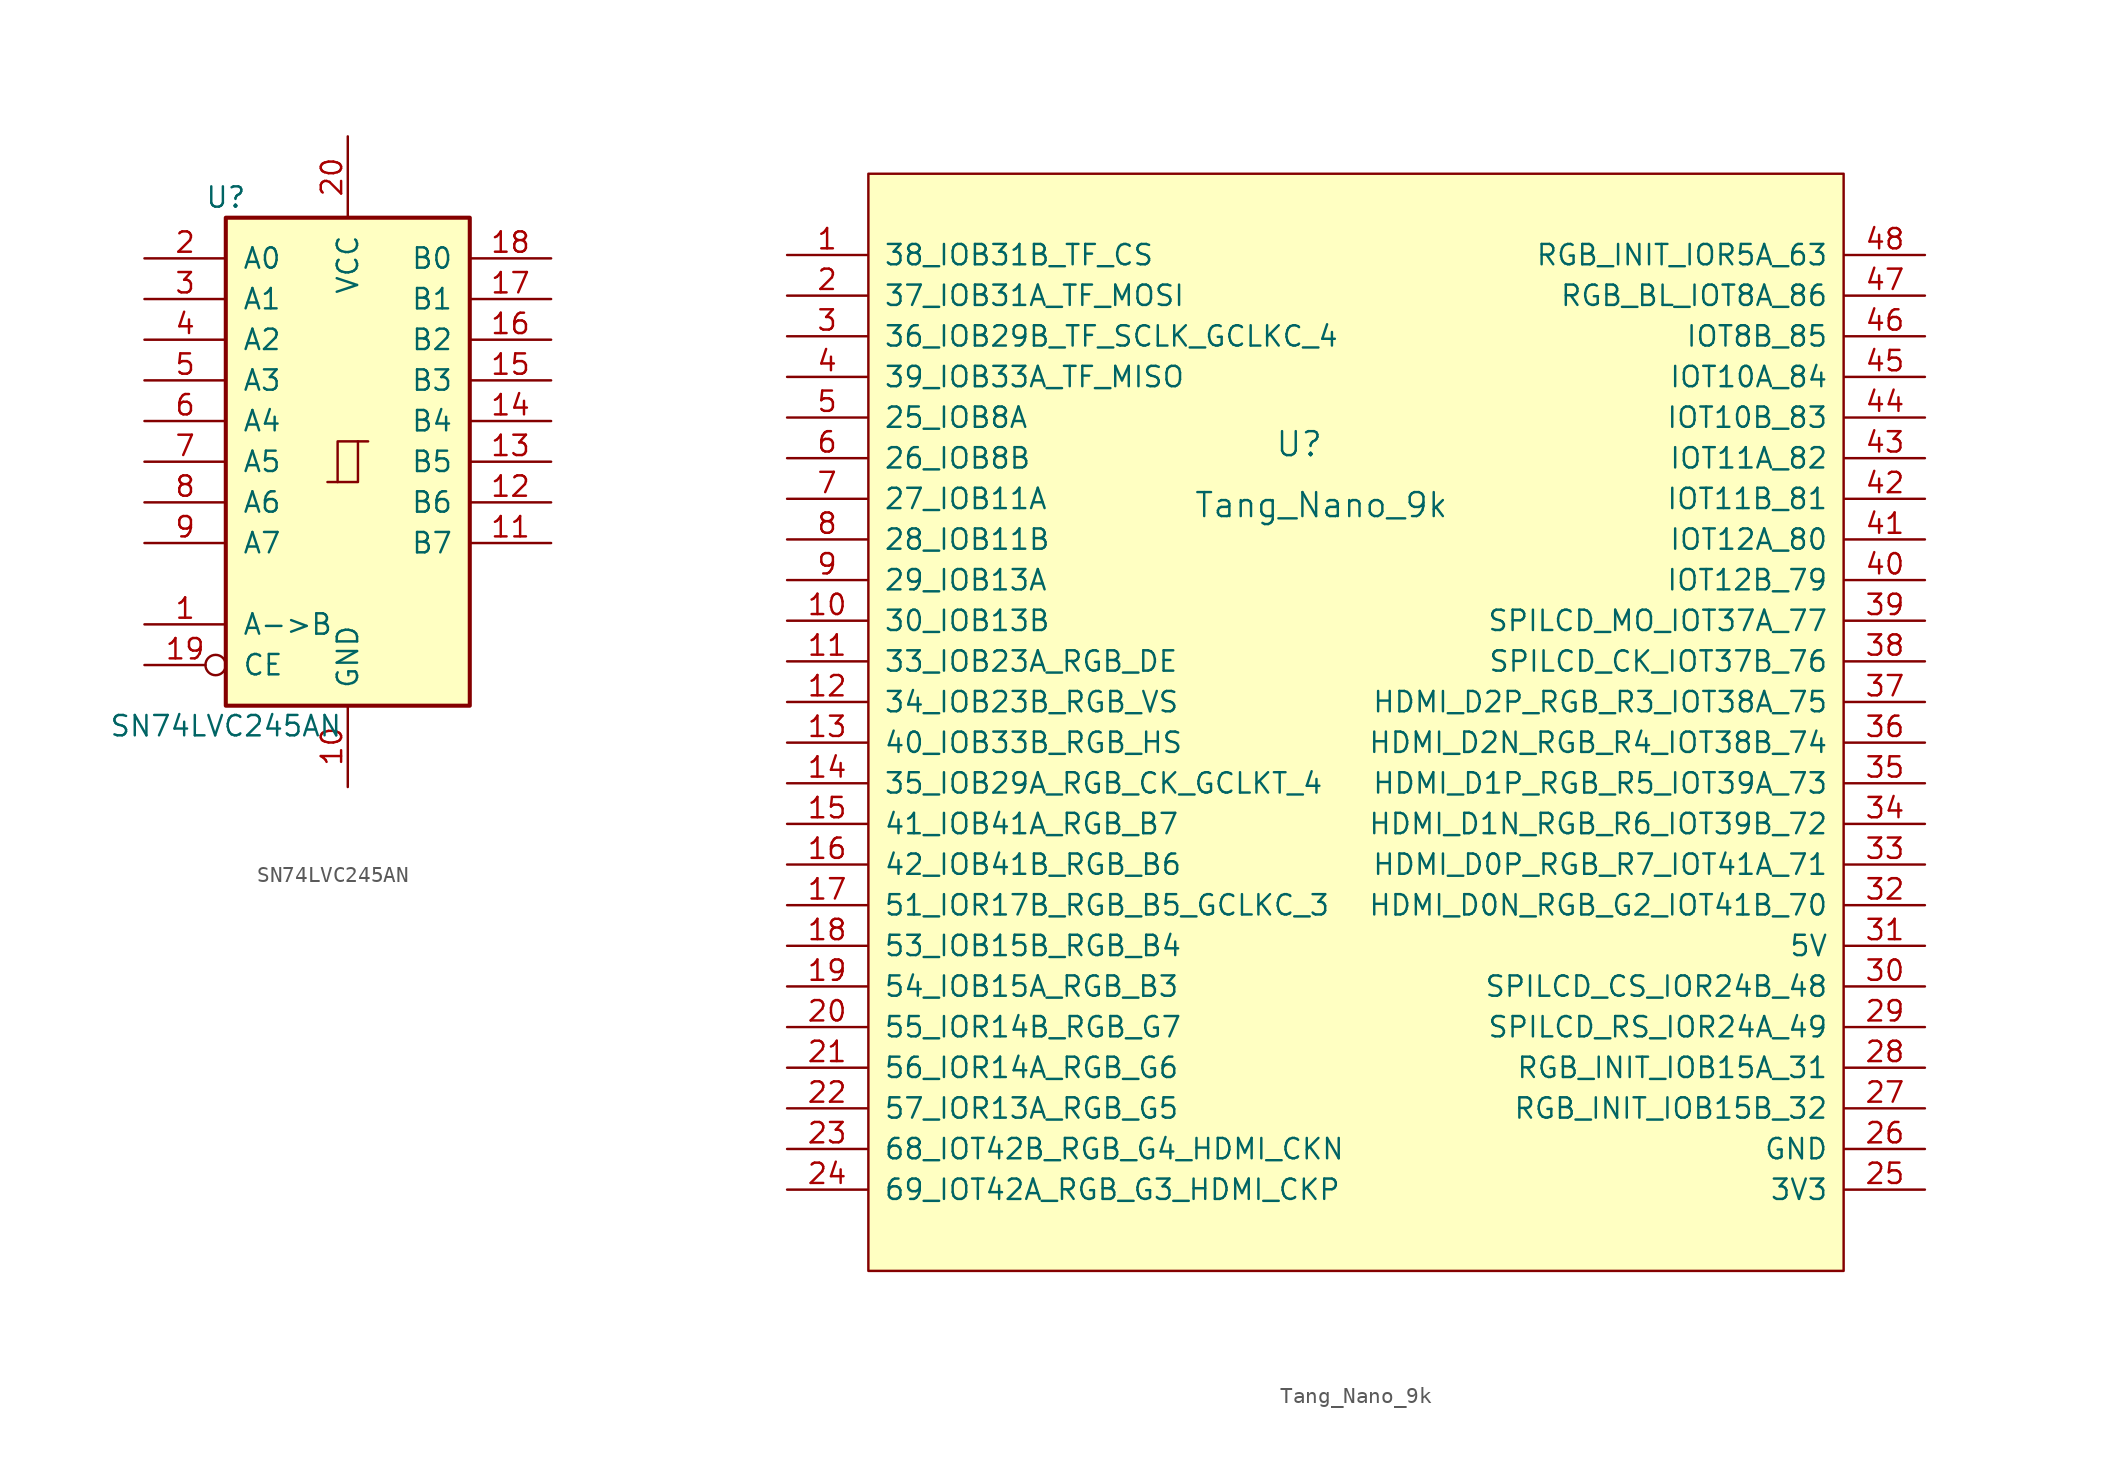
<source format=kicad_sym>
(kicad_symbol_lib
  (version 20211014)
  (generator kicad_symbol_editor)
  (symbol "SN74LVC245AN"
    (pin_names
      (offset 1.016))
    (property "Reference" "U"
      (at -7.62 16.51 0)
      (effects (font (size 1.27 1.27))))
    (property "Value" "SN74LVC245AN"
      (at -7.62 -16.51 0)
      (effects (font (size 1.27 1.27))))
    (symbol "SN74LVC245AN_1_0"
      (polyline (pts (xy -0.635 -1.27) (xy -0.635 1.27) (xy 0.635 1.27)) (stroke (width 0) (type default) (color 0 0 0 0)) (fill (type none)))
      (polyline (pts (xy -1.27 -1.27) (xy 0.635 -1.27) (xy 0.635 1.27) (xy 1.27 1.27)) (stroke (width 0) (type default) (color 0 0 0 0)) (fill (type none)))
      (pin input line (at -12.7 -10.16 0) (length 5.08) (name "A->B" (effects (font (size 1.27 1.27)))) (number "1" (effects (font (size 1.27 1.27)))))
      (pin power_in line (at 0 -20.32 90) (length 5.08) (name "GND" (effects (font (size 1.27 1.27)))) (number "10" (effects (font (size 1.27 1.27)))))
      (pin tri_state line (at 12.7 -5.08 180) (length 5.08) (name "B7" (effects (font (size 1.27 1.27)))) (number "11" (effects (font (size 1.27 1.27)))))
      (pin tri_state line (at 12.7 -2.54 180) (length 5.08) (name "B6" (effects (font (size 1.27 1.27)))) (number "12" (effects (font (size 1.27 1.27)))))
      (pin tri_state line (at 12.7 0 180) (length 5.08) (name "B5" (effects (font (size 1.27 1.27)))) (number "13" (effects (font (size 1.27 1.27)))))
      (pin tri_state line (at 12.7 2.54 180) (length 5.08) (name "B4" (effects (font (size 1.27 1.27)))) (number "14" (effects (font (size 1.27 1.27)))))
      (pin tri_state line (at 12.7 5.08 180) (length 5.08) (name "B3" (effects (font (size 1.27 1.27)))) (number "15" (effects (font (size 1.27 1.27)))))
      (pin tri_state line (at 12.7 7.62 180) (length 5.08) (name "B2" (effects (font (size 1.27 1.27)))) (number "16" (effects (font (size 1.27 1.27)))))
      (pin tri_state line (at 12.7 10.16 180) (length 5.08) (name "B1" (effects (font (size 1.27 1.27)))) (number "17" (effects (font (size 1.27 1.27)))))
      (pin tri_state line (at 12.7 12.7 180) (length 5.08) (name "B0" (effects (font (size 1.27 1.27)))) (number "18" (effects (font (size 1.27 1.27)))))
      (pin input inverted (at -12.7 -12.7 0) (length 5.08) (name "CE" (effects (font (size 1.27 1.27)))) (number "19" (effects (font (size 1.27 1.27)))))
      (pin tri_state line (at -12.7 12.7 0) (length 5.08) (name "A0" (effects (font (size 1.27 1.27)))) (number "2" (effects (font (size 1.27 1.27)))))
      (pin power_in line (at 0 20.32 270) (length 5.08) (name "VCC" (effects (font (size 1.27 1.27)))) (number "20" (effects (font (size 1.27 1.27)))))
      (pin tri_state line (at -12.7 10.16 0) (length 5.08) (name "A1" (effects (font (size 1.27 1.27)))) (number "3" (effects (font (size 1.27 1.27)))))
      (pin tri_state line (at -12.7 7.62 0) (length 5.08) (name "A2" (effects (font (size 1.27 1.27)))) (number "4" (effects (font (size 1.27 1.27)))))
      (pin tri_state line (at -12.7 5.08 0) (length 5.08) (name "A3" (effects (font (size 1.27 1.27)))) (number "5" (effects (font (size 1.27 1.27)))))
      (pin tri_state line (at -12.7 2.54 0) (length 5.08) (name "A4" (effects (font (size 1.27 1.27)))) (number "6" (effects (font (size 1.27 1.27)))))
      (pin tri_state line (at -12.7 0 0) (length 5.08) (name "A5" (effects (font (size 1.27 1.27)))) (number "7" (effects (font (size 1.27 1.27)))))
      (pin tri_state line (at -12.7 -2.54 0) (length 5.08) (name "A6" (effects (font (size 1.27 1.27)))) (number "8" (effects (font (size 1.27 1.27)))))
      (pin tri_state line (at -12.7 -5.08 0) (length 5.08) (name "A7" (effects (font (size 1.27 1.27)))) (number "9" (effects (font (size 1.27 1.27))))))
    (symbol "SN74LVC245AN_1_1"
      (rectangle (start -7.62 15.24) (end 7.62 -15.24) (stroke (width 0.254) (type default) (color 0 0 0 0)) (fill (type background)))))
  (symbol "Tang_Nano_9k"
    (pin_names
      (offset 1.016))
    (property "Reference" "U"
      (at -5.08 15.24 0)
      (effects (font (size 1.499 1.499)) (justify left bottom)))
    (property "Value" "Tang_Nano_9k"
      (at -10.16 11.43 0)
      (effects (font (size 1.499 1.499)) (justify left bottom)))
    (symbol "Tang_Nano_9k_1_0"
      (pin bidirectional line (at -35.56 27.94 0) (length 5) (name "38_IOB31B_TF_CS" (effects (font (size 1.27 1.27)))) (number "1" (effects (font (size 1.27 1.27)))))
      (pin bidirectional line (at -35.56 5.08 0) (length 5) (name "30_IOB13B" (effects (font (size 1.27 1.27)))) (number "10" (effects (font (size 1.27 1.27)))))
      (pin bidirectional line (at -35.56 2.54 0) (length 5) (name "33_IOB23A_RGB_DE" (effects (font (size 1.27 1.27)))) (number "11" (effects (font (size 1.27 1.27)))))
      (pin bidirectional line (at -35.56 0 0) (length 5) (name "34_IOB23B_RGB_VS" (effects (font (size 1.27 1.27)))) (number "12" (effects (font (size 1.27 1.27)))))
      (pin bidirectional line (at -35.56 -2.54 0) (length 5) (name "40_IOB33B_RGB_HS" (effects (font (size 1.27 1.27)))) (number "13" (effects (font (size 1.27 1.27)))))
      (pin bidirectional line (at -35.56 -5.08 0) (length 5) (name "35_IOB29A_RGB_CK_GCLKT_4" (effects (font (size 1.27 1.27)))) (number "14" (effects (font (size 1.27 1.27)))))
      (pin bidirectional line (at -35.56 -7.62 0) (length 5) (name "41_IOB41A_RGB_B7" (effects (font (size 1.27 1.27)))) (number "15" (effects (font (size 1.27 1.27)))))
      (pin bidirectional line (at -35.56 -10.16 0) (length 5) (name "42_IOB41B_RGB_B6" (effects (font (size 1.27 1.27)))) (number "16" (effects (font (size 1.27 1.27)))))
      (pin bidirectional line (at -35.56 -12.7 0) (length 5) (name "51_IOR17B_RGB_B5_GCLKC_3" (effects (font (size 1.27 1.27)))) (number "17" (effects (font (size 1.27 1.27)))))
      (pin bidirectional line (at -35.56 -15.24 0) (length 5) (name "53_IOB15B_RGB_B4" (effects (font (size 1.27 1.27)))) (number "18" (effects (font (size 1.27 1.27)))))
      (pin bidirectional line (at -35.56 -17.78 0) (length 5) (name "54_IOB15A_RGB_B3" (effects (font (size 1.27 1.27)))) (number "19" (effects (font (size 1.27 1.27)))))
      (pin bidirectional line (at -35.56 25.4 0) (length 5) (name "37_IOB31A_TF_MOSI" (effects (font (size 1.27 1.27)))) (number "2" (effects (font (size 1.27 1.27)))))
      (pin bidirectional line (at -35.56 -20.32 0) (length 5) (name "55_IOR14B_RGB_G7" (effects (font (size 1.27 1.27)))) (number "20" (effects (font (size 1.27 1.27)))))
      (pin bidirectional line (at -35.56 -22.86 0) (length 5) (name "56_IOR14A_RGB_G6" (effects (font (size 1.27 1.27)))) (number "21" (effects (font (size 1.27 1.27)))))
      (pin bidirectional line (at -35.56 -25.4 0) (length 5) (name "57_IOR13A_RGB_G5" (effects (font (size 1.27 1.27)))) (number "22" (effects (font (size 1.27 1.27)))))
      (pin bidirectional line (at -35.56 -27.94 0) (length 5) (name "68_IOT42B_RGB_G4_HDMI_CKN" (effects (font (size 1.27 1.27)))) (number "23" (effects (font (size 1.27 1.27)))))
      (pin bidirectional line (at -35.56 -30.48 0) (length 5) (name "69_IOT42A_RGB_G3_HDMI_CKP" (effects (font (size 1.27 1.27)))) (number "24" (effects (font (size 1.27 1.27)))))
      (pin bidirectional line (at 35.56 -30.48 180) (length 5) (name "3V3" (effects (font (size 1.27 1.27)))) (number "25" (effects (font (size 1.27 1.27)))))
      (pin bidirectional line (at 35.56 -27.94 180) (length 5) (name "GND" (effects (font (size 1.27 1.27)))) (number "26" (effects (font (size 1.27 1.27)))))
      (pin bidirectional line (at 35.56 -25.4 180) (length 5) (name "RGB_INIT_IOB15B_32" (effects (font (size 1.27 1.27)))) (number "27" (effects (font (size 1.27 1.27)))))
      (pin bidirectional line (at 35.56 -22.86 180) (length 5) (name "RGB_INIT_IOB15A_31" (effects (font (size 1.27 1.27)))) (number "28" (effects (font (size 1.27 1.27)))))
      (pin bidirectional line (at 35.56 -20.32 180) (length 5) (name "SPILCD_RS_IOR24A_49" (effects (font (size 1.27 1.27)))) (number "29" (effects (font (size 1.27 1.27)))))
      (pin bidirectional line (at -35.56 22.86 0) (length 5) (name "36_IOB29B_TF_SCLK_GCLKC_4" (effects (font (size 1.27 1.27)))) (number "3" (effects (font (size 1.27 1.27)))))
      (pin bidirectional line (at 35.56 -17.78 180) (length 5) (name "SPILCD_CS_IOR24B_48" (effects (font (size 1.27 1.27)))) (number "30" (effects (font (size 1.27 1.27)))))
      (pin bidirectional line (at 35.56 -15.24 180) (length 5) (name "5V" (effects (font (size 1.27 1.27)))) (number "31" (effects (font (size 1.27 1.27)))))
      (pin bidirectional line (at 35.56 -12.7 180) (length 5) (name "HDMI_D0N_RGB_G2_IOT41B_70" (effects (font (size 1.27 1.27)))) (number "32" (effects (font (size 1.27 1.27)))))
      (pin bidirectional line (at 35.56 -10.16 180) (length 5) (name "HDMI_D0P_RGB_R7_IOT41A_71" (effects (font (size 1.27 1.27)))) (number "33" (effects (font (size 1.27 1.27)))))
      (pin bidirectional line (at 35.56 -7.62 180) (length 5) (name "HDMI_D1N_RGB_R6_IOT39B_72" (effects (font (size 1.27 1.27)))) (number "34" (effects (font (size 1.27 1.27)))))
      (pin bidirectional line (at 35.56 -5.08 180) (length 5) (name "HDMI_D1P_RGB_R5_IOT39A_73" (effects (font (size 1.27 1.27)))) (number "35" (effects (font (size 1.27 1.27)))))
      (pin bidirectional line (at 35.56 -2.54 180) (length 5) (name "HDMI_D2N_RGB_R4_IOT38B_74" (effects (font (size 1.27 1.27)))) (number "36" (effects (font (size 1.27 1.27)))))
      (pin bidirectional line (at 35.56 0 180) (length 5) (name "HDMI_D2P_RGB_R3_IOT38A_75" (effects (font (size 1.27 1.27)))) (number "37" (effects (font (size 1.27 1.27)))))
      (pin bidirectional line (at 35.56 2.54 180) (length 5) (name "SPILCD_CK_IOT37B_76" (effects (font (size 1.27 1.27)))) (number "38" (effects (font (size 1.27 1.27)))))
      (pin bidirectional line (at 35.56 5.08 180) (length 5) (name "SPILCD_MO_IOT37A_77" (effects (font (size 1.27 1.27)))) (number "39" (effects (font (size 1.27 1.27)))))
      (pin bidirectional line (at -35.56 20.32 0) (length 5) (name "39_IOB33A_TF_MISO" (effects (font (size 1.27 1.27)))) (number "4" (effects (font (size 1.27 1.27)))))
      (pin bidirectional line (at 35.56 7.62 180) (length 5) (name "IOT12B_79" (effects (font (size 1.27 1.27)))) (number "40" (effects (font (size 1.27 1.27)))))
      (pin bidirectional line (at 35.56 10.16 180) (length 5) (name "IOT12A_80" (effects (font (size 1.27 1.27)))) (number "41" (effects (font (size 1.27 1.27)))))
      (pin bidirectional line (at 35.56 12.7 180) (length 5) (name "IOT11B_81" (effects (font (size 1.27 1.27)))) (number "42" (effects (font (size 1.27 1.27)))))
      (pin bidirectional line (at 35.56 15.24 180) (length 5) (name "IOT11A_82" (effects (font (size 1.27 1.27)))) (number "43" (effects (font (size 1.27 1.27)))))
      (pin bidirectional line (at 35.56 17.78 180) (length 5) (name "IOT10B_83" (effects (font (size 1.27 1.27)))) (number "44" (effects (font (size 1.27 1.27)))))
      (pin bidirectional line (at 35.56 20.32 180) (length 5) (name "IOT10A_84" (effects (font (size 1.27 1.27)))) (number "45" (effects (font (size 1.27 1.27)))))
      (pin bidirectional line (at 35.56 22.86 180) (length 5) (name "IOT8B_85" (effects (font (size 1.27 1.27)))) (number "46" (effects (font (size 1.27 1.27)))))
      (pin bidirectional line (at 35.56 25.4 180) (length 5) (name "RGB_BL_IOT8A_86" (effects (font (size 1.27 1.27)))) (number "47" (effects (font (size 1.27 1.27)))))
      (pin bidirectional line (at 35.56 27.94 180) (length 5) (name "RGB_INIT_IOR5A_63" (effects (font (size 1.27 1.27)))) (number "48" (effects (font (size 1.27 1.27)))))
      (pin bidirectional line (at -35.56 17.78 0) (length 5) (name "25_IOB8A" (effects (font (size 1.27 1.27)))) (number "5" (effects (font (size 1.27 1.27)))))
      (pin bidirectional line (at -35.56 15.24 0) (length 5) (name "26_IOB8B" (effects (font (size 1.27 1.27)))) (number "6" (effects (font (size 1.27 1.27)))))
      (pin bidirectional line (at -35.56 12.7 0) (length 5) (name "27_IOB11A" (effects (font (size 1.27 1.27)))) (number "7" (effects (font (size 1.27 1.27)))))
      (pin bidirectional line (at -35.56 10.16 0) (length 5) (name "28_IOB11B" (effects (font (size 1.27 1.27)))) (number "8" (effects (font (size 1.27 1.27)))))
      (pin bidirectional line (at -35.56 7.62 0) (length 5) (name "29_IOB13A" (effects (font (size 1.27 1.27)))) (number "9" (effects (font (size 1.27 1.27))))))
    (symbol "Tang_Nano_9k_1_1"
      (rectangle (start -30.48 33.02) (end 30.48 -35.56) (stroke (width 0) (type default) (color 0 0 0 0)) (fill (type background))))))
</source>
